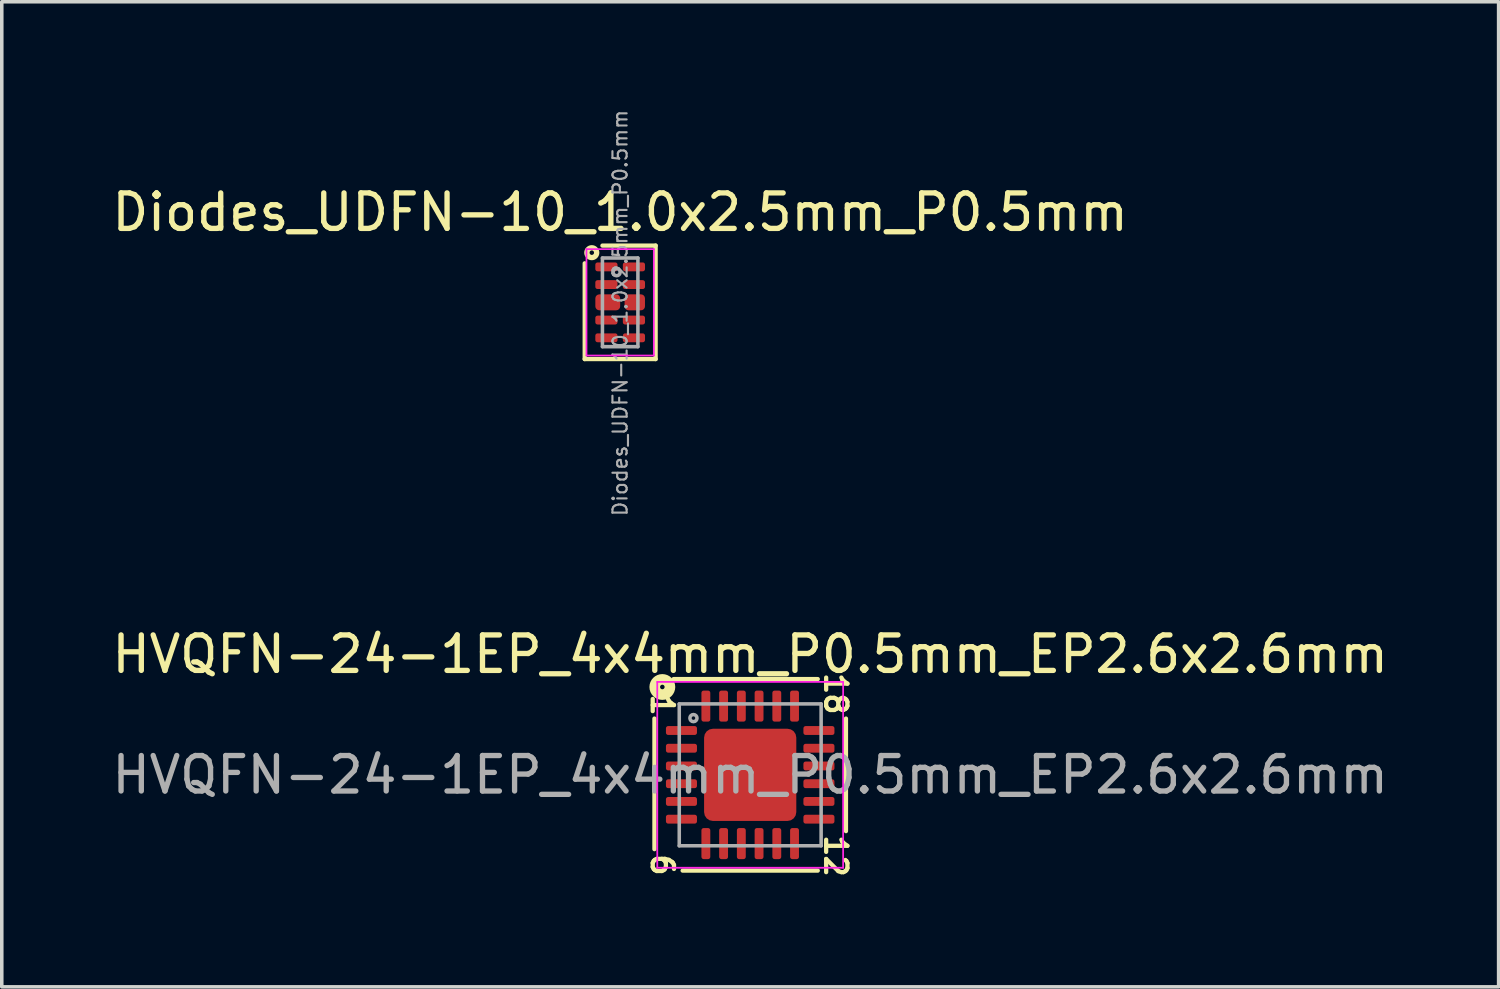
<source format=kicad_pcb>
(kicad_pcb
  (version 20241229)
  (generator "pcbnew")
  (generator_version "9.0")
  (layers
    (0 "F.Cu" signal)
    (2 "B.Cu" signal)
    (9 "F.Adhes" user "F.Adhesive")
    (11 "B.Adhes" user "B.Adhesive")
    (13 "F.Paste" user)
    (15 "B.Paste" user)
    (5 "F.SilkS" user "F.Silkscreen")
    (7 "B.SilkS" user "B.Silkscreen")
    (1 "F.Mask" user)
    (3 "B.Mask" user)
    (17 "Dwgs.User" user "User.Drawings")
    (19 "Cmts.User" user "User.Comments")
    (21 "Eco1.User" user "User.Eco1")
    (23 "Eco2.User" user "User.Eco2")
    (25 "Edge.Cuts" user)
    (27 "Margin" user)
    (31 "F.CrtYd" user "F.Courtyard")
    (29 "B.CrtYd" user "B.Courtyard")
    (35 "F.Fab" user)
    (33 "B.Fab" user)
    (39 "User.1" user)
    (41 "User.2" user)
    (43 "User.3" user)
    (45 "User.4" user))
  (footprint "HVQFN-24-1EP_4x4mm_P0.5mm_EP2.6x2.6mm"
    (layer "F.Cu")
    (at 18.101 18.796)
    (property "Reference" "HVQFN-24-1EP_4x4mm_P0.5mm_EP2.6x2.6mm" (at 0 -3.4 0) (layer "F.SilkS") (effects (font (size 1 1) (thickness 0.15))))
    (attr smd)
    (fp_line (start -2.7 2.095) (end -2.7 -1.587) (stroke (width 0.12) (type solid)) (layer "F.SilkS"))
    (fp_line (start -2.159 -2.7) (end 1.905 -2.7) (stroke (width 0.12) (type solid)) (layer "F.SilkS"))
    (fp_line (start 1.905 2.7) (end -1.905 2.7) (stroke (width 0.12) (type solid)) (layer "F.SilkS"))
    (fp_line (start 2.7 -1.587) (end 2.7 1.587) (stroke (width 0.12) (type solid)) (layer "F.SilkS"))
    (fp_circle (center -2.477 -2.477) (end -2.413 -2.477) (stroke (width 0.3) (type solid)) (fill no) (layer "F.SilkS"))
    (fp_line (start -2.62 -2.62) (end -2.62 2.62) (stroke (width 0.05) (type solid)) (layer "F.CrtYd"))
    (fp_line (start -2.62 2.62) (end 2.62 2.62) (stroke (width 0.05) (type solid)) (layer "F.CrtYd"))
    (fp_line (start 2.62 -2.62) (end -2.62 -2.62) (stroke (width 0.05) (type solid)) (layer "F.CrtYd"))
    (fp_line (start 2.62 2.62) (end 2.62 -2.62) (stroke (width 0.05) (type solid)) (layer "F.CrtYd"))
    (fp_line (start -2 -2) (end 2 -2) (stroke (width 0.1) (type solid)) (layer "F.Fab"))
    (fp_line (start -2 2) (end -2 -2) (stroke (width 0.1) (type solid)) (layer "F.Fab"))
    (fp_line (start 2 -2) (end 2 2) (stroke (width 0.1) (type solid)) (layer "F.Fab"))
    (fp_line (start 2 2) (end -2 2) (stroke (width 0.1) (type solid)) (layer "F.Fab"))
    (fp_circle (center -1.6 -1.6) (end -1.5 -1.6) (stroke (width 0.1) (type solid)) (fill no) (layer "F.Fab"))
    (fp_text user "1" (at -2.477 -1.968 270) (unlocked yes) (layer "F.SilkS") (effects (font (size 0.6 0.6) (thickness 0.12))))
    (fp_text user "18" (at 2.413 -2.286 270) (unlocked yes) (layer "F.SilkS") (effects (font (size 0.6 0.6) (thickness 0.12))))
    (fp_text user "12" (at 2.413 2.286 270) (unlocked yes) (layer "F.SilkS") (effects (font (size 0.6 0.6) (thickness 0.12))))
    (fp_text user "6" (at -2.477 2.54 270) (unlocked yes) (layer "F.SilkS") (effects (font (size 0.6 0.6) (thickness 0.12))))
    (fp_text user "${REFERENCE}" (at 0 0 0) (layer "F.Fab") (effects (font (size 1 1) (thickness 0.15))))
    (pad "" smd roundrect (at -0.87 -0.87) (size 0.7 0.7) (layers "F.Paste") (roundrect_rratio 0.25))
    (pad "" smd roundrect (at -0.87 0) (size 0.7 0.7) (layers "F.Paste") (roundrect_rratio 0.25))
    (pad "" smd roundrect (at -0.87 0.87) (size 0.7 0.7) (layers "F.Paste") (roundrect_rratio 0.25))
    (pad "" smd roundrect (at 0 -0.87) (size 0.7 0.7) (layers "F.Paste") (roundrect_rratio 0.25))
    (pad "" smd roundrect (at 0 0) (size 0.7 0.7) (layers "F.Paste") (roundrect_rratio 0.25))
    (pad "" smd roundrect (at 0 0.87) (size 0.7 0.7) (layers "F.Paste") (roundrect_rratio 0.25))
    (pad "" smd roundrect (at 0.87 -0.87) (size 0.7 0.7) (layers "F.Paste") (roundrect_rratio 0.25))
    (pad "" smd roundrect (at 0.87 0) (size 0.7 0.7) (layers "F.Paste") (roundrect_rratio 0.25))
    (pad "" smd roundrect (at 0.87 0.87) (size 0.7 0.7) (layers "F.Paste") (roundrect_rratio 0.25))
    (pad "1" smd roundrect (at -1.938 -1.25) (size 0.875 0.25) (layers "F.Cu" "F.Mask" "F.Paste") (roundrect_rratio 0.25))
    (pad "2" smd roundrect (at -1.938 -0.75) (size 0.875 0.25) (layers "F.Cu" "F.Mask" "F.Paste") (roundrect_rratio 0.25))
    (pad "3" smd roundrect (at -1.938 -0.25) (size 0.875 0.25) (layers "F.Cu" "F.Mask" "F.Paste") (roundrect_rratio 0.25))
    (pad "4" smd roundrect (at -1.938 0.25) (size 0.875 0.25) (layers "F.Cu" "F.Mask" "F.Paste") (roundrect_rratio 0.25))
    (pad "5" smd roundrect (at -1.938 0.75) (size 0.875 0.25) (layers "F.Cu" "F.Mask" "F.Paste") (roundrect_rratio 0.25))
    (pad "6" smd roundrect (at -1.938 1.25) (size 0.875 0.25) (layers "F.Cu" "F.Mask" "F.Paste") (roundrect_rratio 0.25))
    (pad "7" smd roundrect (at -1.25 1.938) (size 0.25 0.875) (layers "F.Cu" "F.Mask" "F.Paste") (roundrect_rratio 0.25))
    (pad "8" smd roundrect (at -0.75 1.938) (size 0.25 0.875) (layers "F.Cu" "F.Mask" "F.Paste") (roundrect_rratio 0.25))
    (pad "9" smd roundrect (at -0.25 1.938) (size 0.25 0.875) (layers "F.Cu" "F.Mask" "F.Paste") (roundrect_rratio 0.25))
    (pad "10" smd roundrect (at 0.25 1.938) (size 0.25 0.875) (layers "F.Cu" "F.Mask" "F.Paste") (roundrect_rratio 0.25))
    (pad "11" smd roundrect (at 0.75 1.938) (size 0.25 0.875) (layers "F.Cu" "F.Mask" "F.Paste") (roundrect_rratio 0.25))
    (pad "12" smd roundrect (at 1.25 1.938) (size 0.25 0.875) (layers "F.Cu" "F.Mask" "F.Paste") (roundrect_rratio 0.25))
    (pad "13" smd roundrect (at 1.938 1.25) (size 0.875 0.25) (layers "F.Cu" "F.Mask" "F.Paste") (roundrect_rratio 0.25))
    (pad "14" smd roundrect (at 1.938 0.75) (size 0.875 0.25) (layers "F.Cu" "F.Mask" "F.Paste") (roundrect_rratio 0.25))
    (pad "15" smd roundrect (at 1.938 0.25) (size 0.875 0.25) (layers "F.Cu" "F.Mask" "F.Paste") (roundrect_rratio 0.25))
    (pad "16" smd roundrect (at 1.938 -0.25) (size 0.875 0.25) (layers "F.Cu" "F.Mask" "F.Paste") (roundrect_rratio 0.25))
    (pad "17" smd roundrect (at 1.938 -0.75) (size 0.875 0.25) (layers "F.Cu" "F.Mask" "F.Paste") (roundrect_rratio 0.25))
    (pad "18" smd roundrect (at 1.938 -1.25) (size 0.875 0.25) (layers "F.Cu" "F.Mask" "F.Paste") (roundrect_rratio 0.25))
    (pad "19" smd roundrect (at 1.25 -1.938) (size 0.25 0.875) (layers "F.Cu" "F.Mask" "F.Paste") (roundrect_rratio 0.25))
    (pad "20" smd roundrect (at 0.75 -1.938) (size 0.25 0.875) (layers "F.Cu" "F.Mask" "F.Paste") (roundrect_rratio 0.25))
    (pad "21" smd roundrect (at 0.25 -1.938) (size 0.25 0.875) (layers "F.Cu" "F.Mask" "F.Paste") (roundrect_rratio 0.25))
    (pad "22" smd roundrect (at -0.25 -1.938) (size 0.25 0.875) (layers "F.Cu" "F.Mask" "F.Paste") (roundrect_rratio 0.25))
    (pad "23" smd roundrect (at -0.75 -1.938) (size 0.25 0.875) (layers "F.Cu" "F.Mask" "F.Paste") (roundrect_rratio 0.25))
    (pad "24" smd roundrect (at -1.25 -1.938) (size 0.25 0.875) (layers "F.Cu" "F.Mask" "F.Paste") (roundrect_rratio 0.25))
    (pad "25" smd roundrect (at 0 0) (size 2.6 2.6) (layers "F.Cu" "F.Mask") (roundrect_rratio 0.096)))
  (footprint "Diodes_UDFN-10_1.0x2.5mm_P0.5mm"
    (layer "F.Cu")
    (at 14.435 5.474)
    (property "Reference" "Diodes_UDFN-10_1.0x2.5mm_P0.5mm" (at 0 -2.54 0) (layer "F.SilkS") (effects (font (size 1 1) (thickness 0.15))))
    (attr smd)
    (fp_line (start -1 1.6) (end -1 -1.1) (stroke (width 0.12) (type solid)) (layer "F.SilkS"))
    (fp_line (start -0.5 -1.6) (end 1 -1.6) (stroke (width 0.12) (type solid)) (layer "F.SilkS"))
    (fp_line (start 1 -1.6) (end 1 1.6) (stroke (width 0.12) (type solid)) (layer "F.SilkS"))
    (fp_line (start 1 1.6) (end -1 1.6) (stroke (width 0.12) (type solid)) (layer "F.SilkS"))
    (fp_circle (center -0.8 -1.4) (end -0.737 -1.4) (stroke (width 0.15) (type solid)) (fill no) (layer "F.SilkS"))
    (fp_line (start -0.95 -1.5) (end 0.95 -1.5) (stroke (width 0.05) (type solid)) (layer "F.CrtYd"))
    (fp_line (start -0.95 1.5) (end -0.95 -1.5) (stroke (width 0.05) (type solid)) (layer "F.CrtYd"))
    (fp_line (start 0.95 -1.5) (end 0.95 1.5) (stroke (width 0.05) (type solid)) (layer "F.CrtYd"))
    (fp_line (start 0.95 1.5) (end -0.95 1.5) (stroke (width 0.05) (type solid)) (layer "F.CrtYd"))
    (fp_line (start -0.5 -1.25) (end -0.5 1.25) (stroke (width 0.1) (type solid)) (layer "F.Fab"))
    (fp_line (start -0.5 1.25) (end 0.5 1.25) (stroke (width 0.1) (type solid)) (layer "F.Fab"))
    (fp_line (start 0.5 -1.25) (end -0.5 -1.25) (stroke (width 0.1) (type solid)) (layer "F.Fab"))
    (fp_line (start 0.5 -1.25) (end 0.5 1.25) (stroke (width 0.1) (type solid)) (layer "F.Fab"))
    (fp_circle (center -0.1 -0.85) (end 0 -0.85) (stroke (width 0.1) (type solid)) (fill no) (layer "F.Fab"))
    (fp_text user "${REFERENCE}" (at 0 0.3 90) (layer "F.Fab") (effects (font (size 0.4 0.4) (thickness 0.06))))
    (pad "1" smd roundrect (at -0.388 -1 270) (size 0.25 0.625) (layers "F.Cu" "F.Mask" "F.Paste") (roundrect_rratio 0.25))
    (pad "2" smd roundrect (at -0.388 -0.5 270) (size 0.25 0.625) (layers "F.Cu" "F.Mask" "F.Paste") (roundrect_rratio 0.25))
    (pad "3" smd roundrect (at -0.35 0 270) (size 0.45 0.7) (layers "F.Cu" "F.Mask" "F.Paste") (roundrect_rratio 0.25))
    (pad "4" smd roundrect (at -0.388 0.5 270) (size 0.25 0.625) (layers "F.Cu" "F.Mask" "F.Paste") (roundrect_rratio 0.25))
    (pad "5" smd roundrect (at -0.388 1 270) (size 0.25 0.625) (layers "F.Cu" "F.Mask" "F.Paste") (roundrect_rratio 0.25))
    (pad "6" smd roundrect (at 0.388 1 270) (size 0.25 0.625) (layers "F.Cu" "F.Mask" "F.Paste") (roundrect_rratio 0.25))
    (pad "7" smd roundrect (at 0.388 0.5 270) (size 0.25 0.625) (layers "F.Cu" "F.Mask" "F.Paste") (roundrect_rratio 0.25))
    (pad "8" smd roundrect (at 0.412 0 270) (size 0.45 0.575) (layers "F.Cu" "F.Mask" "F.Paste") (roundrect_rratio 0.25))
    (pad "9" smd roundrect (at 0.388 -0.5 270) (size 0.25 0.625) (layers "F.Cu" "F.Mask" "F.Paste") (roundrect_rratio 0.25))
    (pad "10" smd roundrect (at 0.388 -1 270) (size 0.25 0.625) (layers "F.Cu" "F.Mask" "F.Paste") (roundrect_rratio 0.25)))
  (gr_rect
    (start -3 -3)
    (end 39.202 24.773)
    (stroke (width 0.1) (type default))
    (fill no)
    (layer "Edge.Cuts")))
</source>
